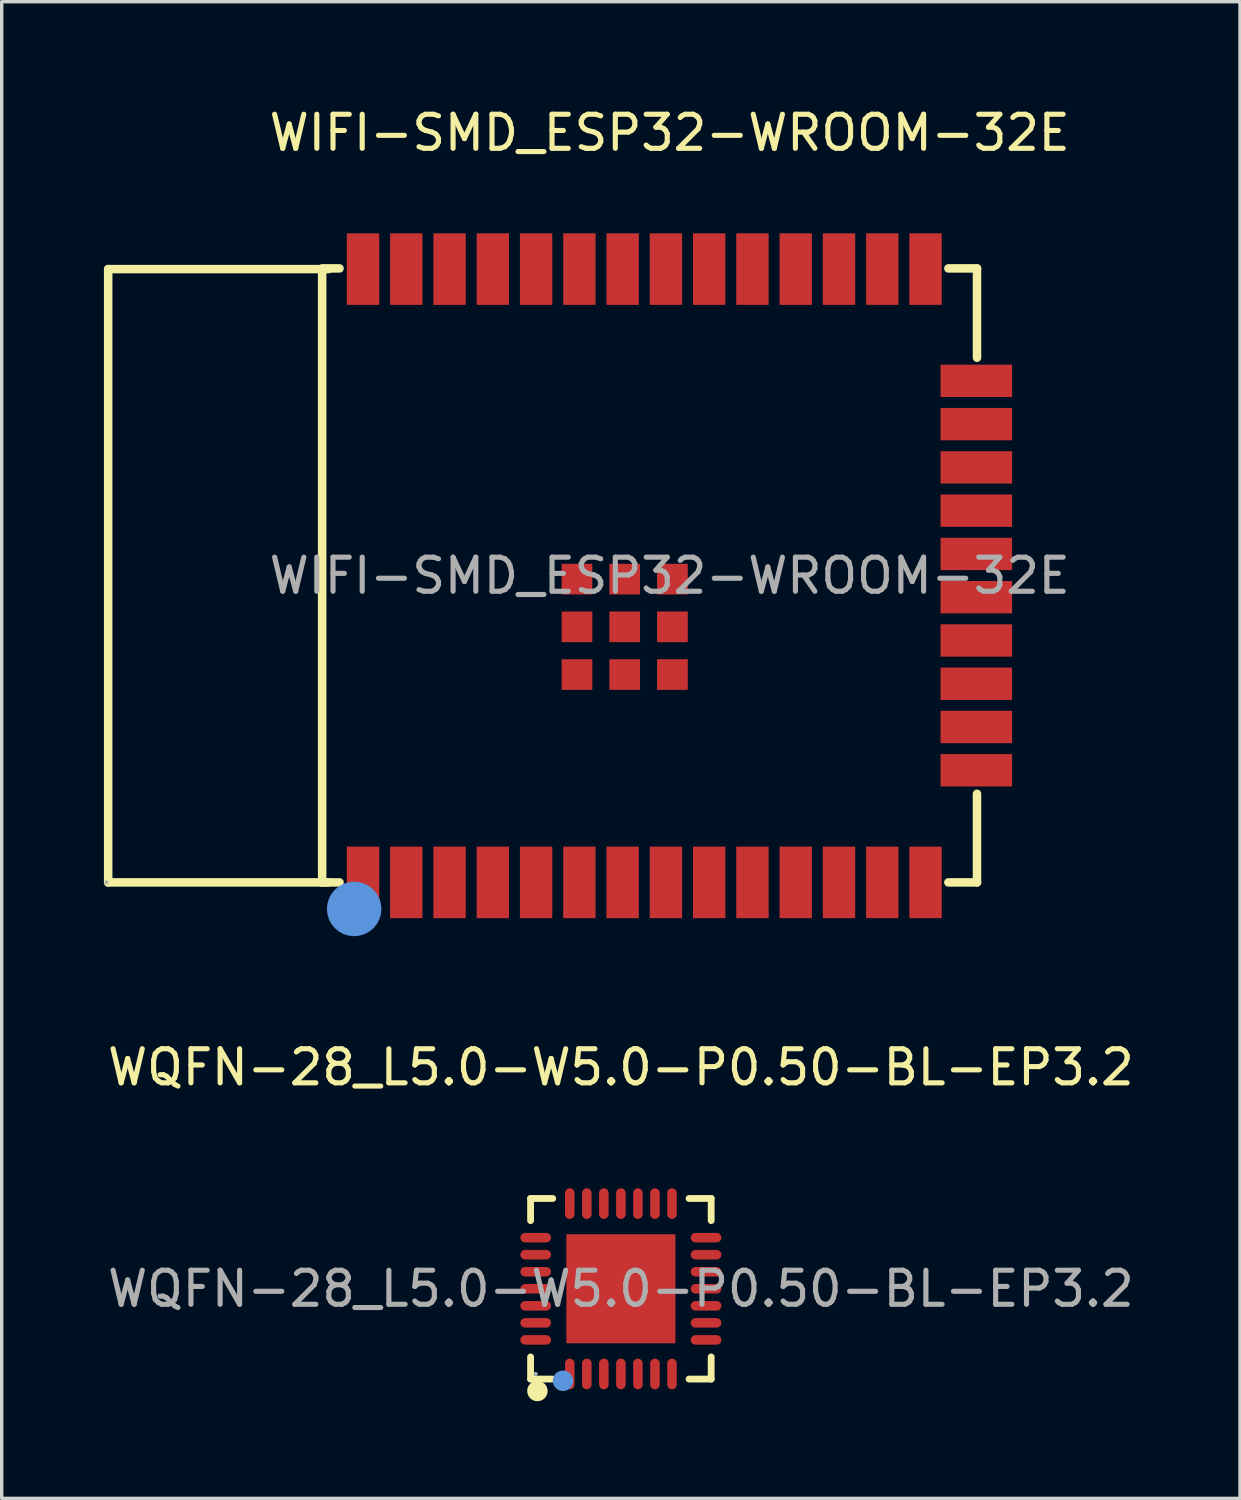
<source format=kicad_pcb>
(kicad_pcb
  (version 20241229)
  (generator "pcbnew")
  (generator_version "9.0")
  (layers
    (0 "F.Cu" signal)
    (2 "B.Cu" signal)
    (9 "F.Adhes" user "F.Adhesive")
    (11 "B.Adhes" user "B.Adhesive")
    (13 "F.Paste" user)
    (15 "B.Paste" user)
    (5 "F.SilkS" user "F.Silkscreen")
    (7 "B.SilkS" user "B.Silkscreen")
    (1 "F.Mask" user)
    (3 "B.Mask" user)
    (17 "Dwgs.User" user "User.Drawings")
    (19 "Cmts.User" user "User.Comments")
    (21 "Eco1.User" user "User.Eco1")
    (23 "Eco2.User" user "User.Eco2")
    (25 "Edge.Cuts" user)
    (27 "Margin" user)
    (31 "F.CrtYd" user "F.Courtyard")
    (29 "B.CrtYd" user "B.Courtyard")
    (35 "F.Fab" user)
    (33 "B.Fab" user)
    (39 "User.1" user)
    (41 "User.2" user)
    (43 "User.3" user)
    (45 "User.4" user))
  (footprint "WIFI-SMD_ESP32-WROOM-32E"
    (layer "F.Cu")
    (at 16.605 13.848)
    (property "Reference" "WIFI-SMD_ESP32-WROOM-32E" (at 0 -13 0) (layer "F.SilkS") (effects (font (size 1 1) (thickness 0.15))))
    (attr smd)
    (fp_line (start -16.48 -9) (end -16.48 9) (stroke (width 0.25) (type solid)) (layer "F.SilkS"))
    (fp_line (start -16.48 -9) (end -10.02 -9) (stroke (width 0.25) (type solid)) (layer "F.SilkS"))
    (fp_line (start -16.48 9) (end -10.03 9) (stroke (width 0.25) (type solid)) (layer "F.SilkS"))
    (fp_line (start -10.2 -9) (end -10.2 9) (stroke (width 0.25) (type solid)) (layer "F.SilkS"))
    (fp_line (start -10.2 9) (end -9.69 9) (stroke (width 0.25) (type solid)) (layer "F.SilkS"))
    (fp_line (start -9.69 -9.02) (end -10.2 -9.02) (stroke (width 0.25) (type solid)) (layer "F.SilkS"))
    (fp_line (start 8.18 9) (end 9.02 9) (stroke (width 0.25) (type solid)) (layer "F.SilkS"))
    (fp_line (start 9.02 -9.02) (end 8.18 -9.02) (stroke (width 0.25) (type solid)) (layer "F.SilkS"))
    (fp_line (start 9.02 -6.4) (end 9.02 -9.02) (stroke (width 0.25) (type solid)) (layer "F.SilkS"))
    (fp_line (start 9.02 9) (end 9.02 6.4) (stroke (width 0.25) (type solid)) (layer "F.SilkS"))
    (fp_circle (center -9.26 9.78) (end -8.86 9.78) (stroke (width 0.8) (type solid)) (fill no) (layer "Cmts.User"))
    (fp_circle (center -16.53 9) (end -16.5 9) (stroke (width 0.06) (type solid)) (fill no) (layer "F.Fab"))
    (fp_text user "${REFERENCE}" (at 0 0 0) (layer "F.Fab") (effects (font (size 1 1) (thickness 0.15))))
    (pad "1" smd rect (at -9 9) (size 0.95 2.1) (layers "F.Cu" "F.Mask" "F.Paste"))
    (pad "2" smd rect (at -7.73 9) (size 0.95 2.1) (layers "F.Cu" "F.Mask" "F.Paste"))
    (pad "3" smd rect (at -6.46 9) (size 0.95 2.1) (layers "F.Cu" "F.Mask" "F.Paste"))
    (pad "4" smd rect (at -5.19 9) (size 0.95 2.1) (layers "F.Cu" "F.Mask" "F.Paste"))
    (pad "5" smd rect (at -3.92 9) (size 0.95 2.1) (layers "F.Cu" "F.Mask" "F.Paste"))
    (pad "6" smd rect (at -2.65 9) (size 0.95 2.1) (layers "F.Cu" "F.Mask" "F.Paste"))
    (pad "7" smd rect (at -1.38 9) (size 0.95 2.1) (layers "F.Cu" "F.Mask" "F.Paste"))
    (pad "8" smd rect (at -0.11 9) (size 0.95 2.1) (layers "F.Cu" "F.Mask" "F.Paste"))
    (pad "9" smd rect (at 1.16 9) (size 0.95 2.1) (layers "F.Cu" "F.Mask" "F.Paste"))
    (pad "10" smd rect (at 2.43 9) (size 0.95 2.1) (layers "F.Cu" "F.Mask" "F.Paste"))
    (pad "11" smd rect (at 3.7 9) (size 0.95 2.1) (layers "F.Cu" "F.Mask" "F.Paste"))
    (pad "12" smd rect (at 4.97 9) (size 0.95 2.1) (layers "F.Cu" "F.Mask" "F.Paste"))
    (pad "13" smd rect (at 6.24 9) (size 0.95 2.1) (layers "F.Cu" "F.Mask" "F.Paste"))
    (pad "14" smd rect (at 7.51 9) (size 0.95 2.1) (layers "F.Cu" "F.Mask" "F.Paste"))
    (pad "15" smd rect (at 9 5.71) (size 2.1 0.95) (layers "F.Cu" "F.Mask" "F.Paste"))
    (pad "16" smd rect (at 9 4.44) (size 2.1 0.95) (layers "F.Cu" "F.Mask" "F.Paste"))
    (pad "17" smd rect (at 9 3.17) (size 2.1 0.95) (layers "F.Cu" "F.Mask" "F.Paste"))
    (pad "18" smd rect (at 9 1.9) (size 2.1 0.95) (layers "F.Cu" "F.Mask" "F.Paste"))
    (pad "19" smd rect (at 9 0.63) (size 2.1 0.95) (layers "F.Cu" "F.Mask" "F.Paste"))
    (pad "20" smd rect (at 9 -0.64) (size 2.1 0.95) (layers "F.Cu" "F.Mask" "F.Paste"))
    (pad "21" smd rect (at 9 -1.91) (size 2.1 0.95) (layers "F.Cu" "F.Mask" "F.Paste"))
    (pad "22" smd rect (at 9 -3.18) (size 2.1 0.95) (layers "F.Cu" "F.Mask" "F.Paste"))
    (pad "23" smd rect (at 9 -4.45) (size 2.1 0.95) (layers "F.Cu" "F.Mask" "F.Paste"))
    (pad "24" smd rect (at 9 -5.72) (size 2.1 0.95) (layers "F.Cu" "F.Mask" "F.Paste"))
    (pad "25" smd rect (at 7.51 -9) (size 0.95 2.1) (layers "F.Cu" "F.Mask" "F.Paste"))
    (pad "26" smd rect (at 6.24 -9) (size 0.95 2.1) (layers "F.Cu" "F.Mask" "F.Paste"))
    (pad "27" smd rect (at 4.97 -9) (size 0.95 2.1) (layers "F.Cu" "F.Mask" "F.Paste"))
    (pad "28" smd rect (at 3.7 -9) (size 0.95 2.1) (layers "F.Cu" "F.Mask" "F.Paste"))
    (pad "29" smd rect (at 2.43 -9) (size 0.95 2.1) (layers "F.Cu" "F.Mask" "F.Paste"))
    (pad "30" smd rect (at 1.16 -9) (size 0.95 2.1) (layers "F.Cu" "F.Mask" "F.Paste"))
    (pad "31" smd rect (at -0.11 -9) (size 0.95 2.1) (layers "F.Cu" "F.Mask" "F.Paste"))
    (pad "32" smd rect (at -1.38 -9) (size 0.95 2.1) (layers "F.Cu" "F.Mask" "F.Paste"))
    (pad "33" smd rect (at -2.65 -9) (size 0.95 2.1) (layers "F.Cu" "F.Mask" "F.Paste"))
    (pad "34" smd rect (at -3.92 -9) (size 0.95 2.1) (layers "F.Cu" "F.Mask" "F.Paste"))
    (pad "35" smd rect (at -5.19 -9) (size 0.95 2.1) (layers "F.Cu" "F.Mask" "F.Paste"))
    (pad "36" smd rect (at -6.46 -9) (size 0.95 2.1) (layers "F.Cu" "F.Mask" "F.Paste"))
    (pad "37" smd rect (at -7.73 -9) (size 0.95 2.1) (layers "F.Cu" "F.Mask" "F.Paste"))
    (pad "38" smd rect (at -9 -9) (size 0.95 2.1) (layers "F.Cu" "F.Mask" "F.Paste"))
    (pad "39" smd rect (at -2.72 0.1 180) (size 0.9 0.9) (layers "F.Cu" "F.Mask" "F.Paste"))
    (pad "39" smd rect (at -2.72 1.5 180) (size 0.9 0.9) (layers "F.Cu" "F.Mask" "F.Paste"))
    (pad "39" smd rect (at -2.72 2.9 180) (size 0.9 0.9) (layers "F.Cu" "F.Mask" "F.Paste"))
    (pad "39" smd rect (at -1.32 0.1 180) (size 0.9 0.9) (layers "F.Cu" "F.Mask" "F.Paste"))
    (pad "39" smd rect (at -1.32 1.5 180) (size 0.9 0.9) (layers "F.Cu" "F.Mask" "F.Paste"))
    (pad "39" smd rect (at -1.32 2.9 180) (size 0.9 0.9) (layers "F.Cu" "F.Mask" "F.Paste"))
    (pad "39" smd rect (at 0.08 0.1 180) (size 0.9 0.9) (layers "F.Cu" "F.Mask" "F.Paste"))
    (pad "39" smd rect (at 0.08 1.5 180) (size 0.9 0.9) (layers "F.Cu" "F.Mask" "F.Paste"))
    (pad "39" smd rect (at 0.08 2.9 180) (size 0.9 0.9) (layers "F.Cu" "F.Mask" "F.Paste")))
  (footprint "WQFN-28_L5.0-W5.0-P0.50-BL-EP3.2"
    (layer "F.Cu")
    (at 15.173 34.776)
    (property "Reference" "WQFN-28_L5.0-W5.0-P0.50-BL-EP3.2" (at 0 -6.5 0) (layer "F.SilkS") (effects (font (size 1 1) (thickness 0.15))))
    (attr smd)
    (fp_line (start -2.65 -2.65) (end -2.65 -2) (stroke (width 0.2) (type solid)) (layer "F.SilkS"))
    (fp_line (start -2.65 2.65) (end -2.65 2) (stroke (width 0.2) (type solid)) (layer "F.SilkS"))
    (fp_line (start -2 -2.65) (end -2.65 -2.65) (stroke (width 0.2) (type solid)) (layer "F.SilkS"))
    (fp_line (start -2 2.65) (end -2.65 2.65) (stroke (width 0.2) (type solid)) (layer "F.SilkS"))
    (fp_line (start 2 2.65) (end 2.65 2.65) (stroke (width 0.2) (type solid)) (layer "F.SilkS"))
    (fp_line (start 2.65 -2.65) (end 2 -2.65) (stroke (width 0.2) (type solid)) (layer "F.SilkS"))
    (fp_line (start 2.65 -2) (end 2.65 -2.65) (stroke (width 0.2) (type solid)) (layer "F.SilkS"))
    (fp_line (start 2.65 2.65) (end 2.65 2) (stroke (width 0.2) (type solid)) (layer "F.SilkS"))
    (fp_arc (start -2.45 3) (mid -2.45 3) (end -2.45 3) (stroke (width 0.3) (type solid)) (layer "F.SilkS"))
    (fp_circle (center -1.7 2.7) (end -1.55 2.7) (stroke (width 0.3) (type solid)) (fill no) (layer "Cmts.User"))
    (fp_circle (center -2.5 2.5) (end -2.47 2.5) (stroke (width 0.06) (type solid)) (fill no) (layer "F.Fab"))
    (fp_text user "${REFERENCE}" (at 0 0 0) (layer "F.Fab") (effects (font (size 1 1) (thickness 0.15))))
    (pad "1" smd oval (at -1.5 2.5 180) (size 0.28 0.9) (layers "F.Cu" "F.Mask" "F.Paste"))
    (pad "2" smd oval (at -1 2.5 180) (size 0.28 0.9) (layers "F.Cu" "F.Mask" "F.Paste"))
    (pad "3" smd oval (at -0.5 2.5 180) (size 0.28 0.9) (layers "F.Cu" "F.Mask" "F.Paste"))
    (pad "4" smd oval (at 0 2.5 180) (size 0.28 0.9) (layers "F.Cu" "F.Mask" "F.Paste"))
    (pad "5" smd oval (at 0.5 2.5 180) (size 0.28 0.9) (layers "F.Cu" "F.Mask" "F.Paste"))
    (pad "6" smd oval (at 1 2.5 180) (size 0.28 0.9) (layers "F.Cu" "F.Mask" "F.Paste"))
    (pad "7" smd oval (at 1.5 2.5 180) (size 0.28 0.9) (layers "F.Cu" "F.Mask" "F.Paste"))
    (pad "8" smd oval (at 2.5 1.5 90) (size 0.28 0.9) (layers "F.Cu" "F.Mask" "F.Paste"))
    (pad "9" smd oval (at 2.5 1 90) (size 0.28 0.9) (layers "F.Cu" "F.Mask" "F.Paste"))
    (pad "10" smd oval (at 2.5 0.5 90) (size 0.28 0.9) (layers "F.Cu" "F.Mask" "F.Paste"))
    (pad "11" smd oval (at 2.5 0 90) (size 0.28 0.9) (layers "F.Cu" "F.Mask" "F.Paste"))
    (pad "12" smd oval (at 2.5 -0.5 90) (size 0.28 0.9) (layers "F.Cu" "F.Mask" "F.Paste"))
    (pad "13" smd oval (at 2.5 -1 90) (size 0.28 0.9) (layers "F.Cu" "F.Mask" "F.Paste"))
    (pad "14" smd oval (at 2.5 -1.5 90) (size 0.28 0.9) (layers "F.Cu" "F.Mask" "F.Paste"))
    (pad "15" smd oval (at 1.5 -2.5 180) (size 0.28 0.9) (layers "F.Cu" "F.Mask" "F.Paste"))
    (pad "16" smd oval (at 1 -2.5 180) (size 0.28 0.9) (layers "F.Cu" "F.Mask" "F.Paste"))
    (pad "17" smd oval (at 0.5 -2.5 180) (size 0.28 0.9) (layers "F.Cu" "F.Mask" "F.Paste"))
    (pad "18" smd oval (at 0 -2.5 180) (size 0.28 0.9) (layers "F.Cu" "F.Mask" "F.Paste"))
    (pad "19" smd oval (at -0.5 -2.5 180) (size 0.28 0.9) (layers "F.Cu" "F.Mask" "F.Paste"))
    (pad "20" smd oval (at -1 -2.5 180) (size 0.28 0.9) (layers "F.Cu" "F.Mask" "F.Paste"))
    (pad "21" smd oval (at -1.5 -2.5 180) (size 0.28 0.9) (layers "F.Cu" "F.Mask" "F.Paste"))
    (pad "22" smd oval (at -2.5 -1.5 90) (size 0.28 0.9) (layers "F.Cu" "F.Mask" "F.Paste"))
    (pad "23" smd oval (at -2.5 -1 90) (size 0.28 0.9) (layers "F.Cu" "F.Mask" "F.Paste"))
    (pad "24" smd oval (at -2.5 -0.5 90) (size 0.28 0.9) (layers "F.Cu" "F.Mask" "F.Paste"))
    (pad "25" smd oval (at -2.5 0 90) (size 0.28 0.9) (layers "F.Cu" "F.Mask" "F.Paste"))
    (pad "26" smd oval (at -2.5 0.5 90) (size 0.28 0.9) (layers "F.Cu" "F.Mask" "F.Paste"))
    (pad "27" smd oval (at -2.5 1 90) (size 0.28 0.9) (layers "F.Cu" "F.Mask" "F.Paste"))
    (pad "28" smd oval (at -2.5 1.5 90) (size 0.28 0.9) (layers "F.Cu" "F.Mask" "F.Paste"))
    (pad "29" smd rect (at 0 0 90) (size 3.2 3.2) (layers "F.Cu" "F.Mask" "F.Paste")))
  (gr_rect
    (start -3 -3)
    (end 33.345 40.927)
    (stroke (width 0.1) (type default))
    (fill no)
    (layer "Edge.Cuts")))
</source>
